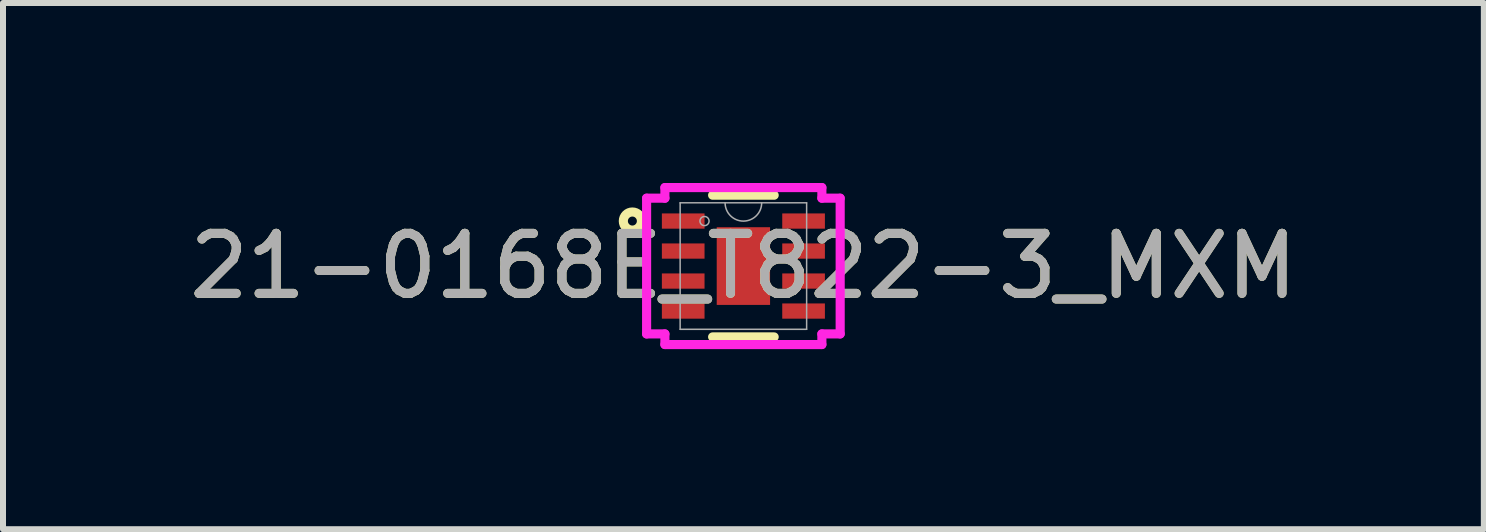
<source format=kicad_pcb>
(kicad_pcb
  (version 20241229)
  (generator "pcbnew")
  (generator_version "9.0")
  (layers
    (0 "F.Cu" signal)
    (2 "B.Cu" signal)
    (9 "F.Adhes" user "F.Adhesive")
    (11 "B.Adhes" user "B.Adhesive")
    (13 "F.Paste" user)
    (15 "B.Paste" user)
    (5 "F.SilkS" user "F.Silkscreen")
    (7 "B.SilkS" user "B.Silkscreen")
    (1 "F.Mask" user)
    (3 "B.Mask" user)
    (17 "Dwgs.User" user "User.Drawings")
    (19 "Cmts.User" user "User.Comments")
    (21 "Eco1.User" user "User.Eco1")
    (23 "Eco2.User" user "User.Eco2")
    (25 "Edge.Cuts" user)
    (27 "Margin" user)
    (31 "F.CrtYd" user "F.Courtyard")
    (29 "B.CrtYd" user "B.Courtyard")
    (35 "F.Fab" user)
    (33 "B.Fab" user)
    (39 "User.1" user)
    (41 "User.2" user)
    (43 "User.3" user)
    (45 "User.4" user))
  (footprint "21-0168E_T822-3_MXM"
    (layer "F.Cu")
    (at 9.339 1.384)
    (property "Reference" "21-0168E_T822-3_MXM" (at 0 0 0) (unlocked yes) (layer "F.SilkS") (effects (font (size 1 1) (thickness 0.15))))
    (attr smd)
    (fp_line (start -0.513 1.181) (end 0.513 1.181) (stroke (width 0.152) (type solid)) (layer "F.SilkS"))
    (fp_line (start 0.513 -1.181) (end -0.513 -1.181) (stroke (width 0.152) (type solid)) (layer "F.SilkS"))
    (fp_circle (center -1.85 -0.75) (end -1.775 -0.75) (stroke (width 0.152) (type solid)) (fill no) (layer "F.SilkS"))
    (fp_line (start -1.613 -1.131) (end -1.308 -1.131) (stroke (width 0.152) (type solid)) (layer "F.CrtYd"))
    (fp_line (start -1.613 1.131) (end -1.613 -1.131) (stroke (width 0.152) (type solid)) (layer "F.CrtYd"))
    (fp_line (start -1.613 1.131) (end -1.308 1.131) (stroke (width 0.152) (type solid)) (layer "F.CrtYd"))
    (fp_line (start -1.308 -1.308) (end 1.308 -1.308) (stroke (width 0.152) (type solid)) (layer "F.CrtYd"))
    (fp_line (start -1.308 -1.131) (end -1.308 -1.308) (stroke (width 0.152) (type solid)) (layer "F.CrtYd"))
    (fp_line (start -1.308 1.308) (end -1.308 1.131) (stroke (width 0.152) (type solid)) (layer "F.CrtYd"))
    (fp_line (start 1.308 -1.308) (end 1.308 -1.131) (stroke (width 0.152) (type solid)) (layer "F.CrtYd"))
    (fp_line (start 1.308 1.131) (end 1.308 1.308) (stroke (width 0.152) (type solid)) (layer "F.CrtYd"))
    (fp_line (start 1.308 1.308) (end -1.308 1.308) (stroke (width 0.152) (type solid)) (layer "F.CrtYd"))
    (fp_line (start 1.613 -1.131) (end 1.308 -1.131) (stroke (width 0.152) (type solid)) (layer "F.CrtYd"))
    (fp_line (start 1.613 -1.131) (end 1.613 1.131) (stroke (width 0.152) (type solid)) (layer "F.CrtYd"))
    (fp_line (start 1.613 1.131) (end 1.308 1.131) (stroke (width 0.152) (type solid)) (layer "F.CrtYd"))
    (fp_line (start -1.054 -1.054) (end -1.054 1.054) (stroke (width 0.025) (type solid)) (layer "F.Fab"))
    (fp_line (start -1.054 1.054) (end 1.054 1.054) (stroke (width 0.025) (type solid)) (layer "F.Fab"))
    (fp_line (start 1.054 -1.054) (end -1.054 -1.054) (stroke (width 0.025) (type solid)) (layer "F.Fab"))
    (fp_line (start 1.054 1.054) (end 1.054 -1.054) (stroke (width 0.025) (type solid)) (layer "F.Fab"))
    (fp_arc (start 0.3048 -1.0541) (mid 0 -0.7493) (end -0.3048 -1.0541) (stroke (width 0.0254) (type solid)) (layer "F.Fab"))
    (fp_circle (center -0.648 -0.75) (end -0.572 -0.75) (stroke (width 0.025) (type solid)) (fill no) (layer "F.Fab"))
    (fp_text user "${REFERENCE}" (at 0 0 0) (unlocked yes) (layer "F.Fab") (effects (font (size 1 1) (thickness 0.15))))
    (pad "1" smd rect (at -1.003 -0.75) (size 0.711 0.254) (layers "F.Cu" "F.Mask" "F.Paste"))
    (pad "2" smd rect (at -1.003 -0.25) (size 0.711 0.254) (layers "F.Cu" "F.Mask" "F.Paste"))
    (pad "3" smd rect (at -1.003 0.25) (size 0.711 0.254) (layers "F.Cu" "F.Mask" "F.Paste"))
    (pad "4" smd rect (at -1.003 0.75) (size 0.711 0.254) (layers "F.Cu" "F.Mask" "F.Paste"))
    (pad "5" smd rect (at 1.003 0.75) (size 0.711 0.254) (layers "F.Cu" "F.Mask" "F.Paste"))
    (pad "6" smd rect (at 1.003 0.25) (size 0.711 0.254) (layers "F.Cu" "F.Mask" "F.Paste"))
    (pad "7" smd rect (at 1.003 -0.25) (size 0.711 0.254) (layers "F.Cu" "F.Mask" "F.Paste"))
    (pad "8" smd rect (at 1.003 -0.75) (size 0.711 0.254) (layers "F.Cu" "F.Mask" "F.Paste"))
    (pad "9" smd rect (at 0 0) (size 0.889 1.295) (layers "F.Cu" "F.Mask" "F.Paste")))
  (gr_rect
    (start -3 -3)
    (end 21.679 5.769)
    (stroke (width 0.1) (type default))
    (fill no)
    (layer "Edge.Cuts")))
</source>
